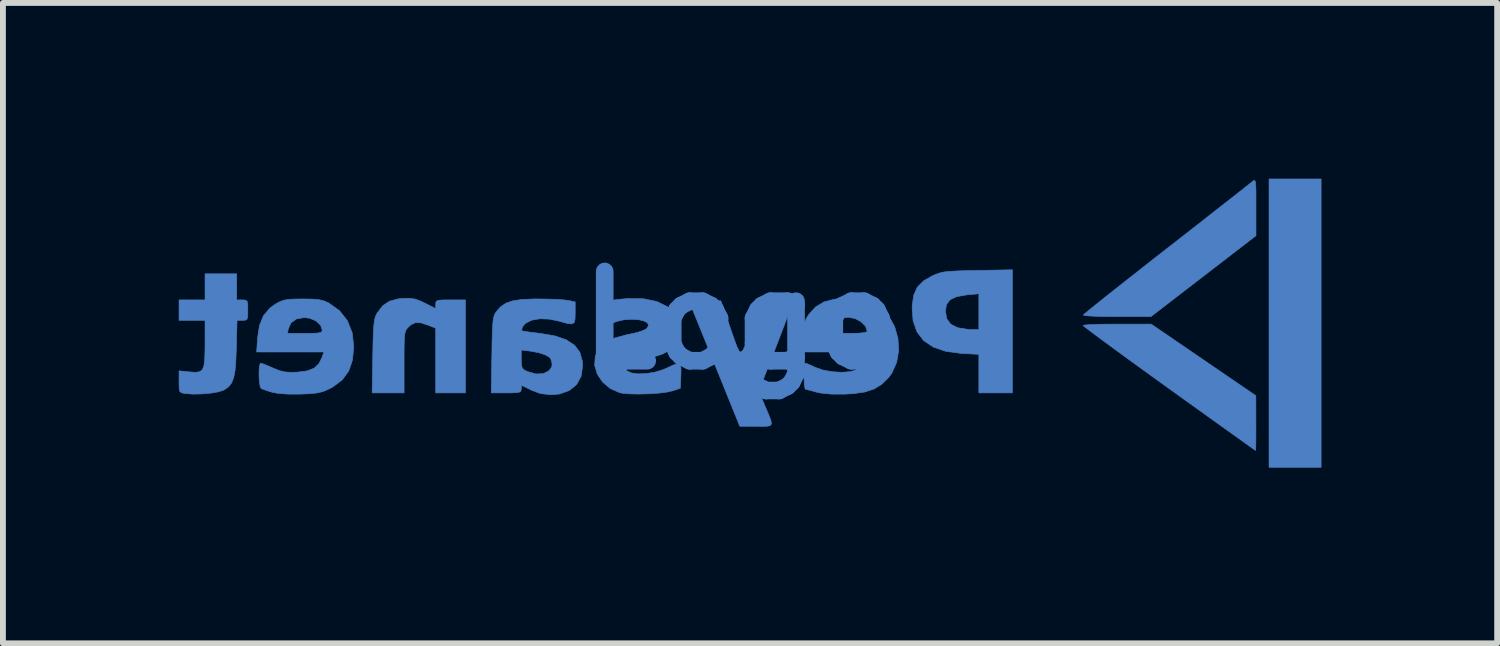
<source format=kicad_pcb>
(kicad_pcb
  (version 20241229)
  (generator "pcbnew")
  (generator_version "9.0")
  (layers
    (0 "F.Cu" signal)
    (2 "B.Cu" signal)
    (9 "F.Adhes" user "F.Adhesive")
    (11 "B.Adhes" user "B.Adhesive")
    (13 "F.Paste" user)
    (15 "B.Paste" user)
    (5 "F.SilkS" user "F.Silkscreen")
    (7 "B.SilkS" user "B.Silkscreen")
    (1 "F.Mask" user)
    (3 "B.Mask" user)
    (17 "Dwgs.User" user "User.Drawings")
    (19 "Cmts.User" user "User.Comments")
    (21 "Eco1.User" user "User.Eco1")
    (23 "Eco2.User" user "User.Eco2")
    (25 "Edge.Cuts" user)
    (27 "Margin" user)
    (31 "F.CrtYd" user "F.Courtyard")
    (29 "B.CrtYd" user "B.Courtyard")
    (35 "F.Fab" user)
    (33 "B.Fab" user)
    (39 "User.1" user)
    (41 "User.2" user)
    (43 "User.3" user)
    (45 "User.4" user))
  (footprint "Logo"
    (layer "B.Cu")
    (at 9.594 2.418)
    (property "Reference" "Logo" (at 0 0 0) (layer "B.Cu") (effects (font (size 1.524 1.524) (thickness 0.3))))
    (attr through_hole)
    (fp_poly (pts (xy 9.906 2.508) (xy 9.017 2.508) (xy 9.017 -2.413) (xy 9.906 -2.413) (xy 9.906 2.508)) (stroke (width 0.01) (type solid)) (fill yes) (layer "B.Cu"))
    (fp_poly (pts (xy 7.898 0.675) (xy 8.792 1.286) (xy 8.793 1.754) (xy 8.793 1.918) (xy 8.792 2.057) (xy 8.791 2.159) (xy 8.788 2.215) (xy 8.787 2.221) (xy 8.76 2.203) (xy 8.687 2.151) (xy 8.571 2.068) (xy 8.418 1.958) (xy 8.231 1.825) (xy 8.016 1.671) (xy 7.777 1.499) (xy 7.518 1.314) (xy 7.311 1.165) (xy 7.041 0.971) (xy 6.787 0.787) (xy 6.554 0.618) (xy 6.346 0.466) (xy 6.168 0.335) (xy 6.024 0.228) (xy 5.919 0.149) (xy 5.857 0.101) (xy 5.843 0.087) (xy 5.873 0.08) (xy 5.956 0.073) (xy 6.083 0.068) (xy 6.244 0.065) (xy 6.424 0.064) (xy 7.005 0.064) (xy 7.898 0.675)) (stroke (width 0.01) (type solid)) (fill yes) (layer "B.Cu"))
    (fp_poly (pts (xy 8.775 -2.386) (xy 8.785 -2.356) (xy 8.791 -2.291) (xy 8.794 -2.183) (xy 8.794 -2.024) (xy 8.794 -1.934) (xy 8.794 -1.445) (xy 7.897 -0.754) (xy 7.001 -0.064) (xy 6.419 -0.064) (xy 6.229 -0.065) (xy 6.068 -0.069) (xy 5.945 -0.075) (xy 5.869 -0.083) (xy 5.847 -0.092) (xy 5.874 -0.116) (xy 5.946 -0.176) (xy 6.059 -0.267) (xy 6.208 -0.387) (xy 6.39 -0.531) (xy 6.599 -0.696) (xy 6.832 -0.879) (xy 7.082 -1.076) (xy 7.271 -1.223) (xy 7.534 -1.428) (xy 7.783 -1.622) (xy 8.013 -1.803) (xy 8.22 -1.965) (xy 8.399 -2.105) (xy 8.545 -2.22) (xy 8.654 -2.306) (xy 8.72 -2.359) (xy 8.739 -2.374) (xy 8.76 -2.389) (xy 8.775 -2.386)) (stroke (width 0.01) (type solid)) (fill yes) (layer "B.Cu"))
    (fp_poly (pts (xy 4.636 1.238) (xy 4.064 1.238) (xy 4.064 0.58) (xy 3.77 0.565) (xy 3.504 0.53) (xy 3.288 0.457) (xy 3.122 0.346) (xy 3.007 0.196) (xy 2.941 0.007) (xy 2.929 -0.16) (xy 3.493 -0.16) (xy 3.515 -0.029) (xy 3.585 0.066) (xy 3.704 0.126) (xy 3.876 0.154) (xy 3.929 0.156) (xy 4.064 0.159) (xy 4.064 -0.454) (xy 3.852 -0.434) (xy 3.686 -0.405) (xy 3.574 -0.353) (xy 3.512 -0.272) (xy 3.493 -0.16) (xy 2.929 -0.16) (xy 2.925 -0.221) (xy 2.926 -0.25) (xy 2.952 -0.43) (xy 3.014 -0.567) (xy 3.12 -0.674) (xy 3.267 -0.758) (xy 3.333 -0.787) (xy 3.395 -0.809) (xy 3.464 -0.825) (xy 3.551 -0.835) (xy 3.667 -0.842) (xy 3.824 -0.848) (xy 4.034 -0.852) (xy 4.04 -0.852) (xy 4.636 -0.863) (xy 4.636 1.238)) (stroke (width 0.01) (type solid)) (fill yes) (layer "B.Cu"))
    (fp_poly (pts (xy -5.547 -0.361) (xy -5.443 -0.319) (xy -5.39 -0.293) (xy -5.207 -0.2) (xy -5.207 -0.275) (xy -5.204 -0.312) (xy -5.185 -0.334) (xy -5.138 -0.345) (xy -5.05 -0.349) (xy -4.953 -0.349) (xy -4.699 -0.349) (xy -4.699 1.238) (xy -5.207 1.238) (xy -5.207 0.134) (xy -5.335 0.083) (xy -5.461 0.042) (xy -5.554 0.039) (xy -5.63 0.076) (xy -5.669 0.11) (xy -5.698 0.141) (xy -5.718 0.174) (xy -5.732 0.219) (xy -5.741 0.288) (xy -5.745 0.39) (xy -5.747 0.536) (xy -5.747 0.713) (xy -5.747 1.238) (xy -6.292 1.238) (xy -6.281 0.611) (xy -6.277 0.392) (xy -6.272 0.227) (xy -6.265 0.105) (xy -6.255 0.018) (xy -6.242 -0.045) (xy -6.224 -0.093) (xy -6.207 -0.124) (xy -6.112 -0.249) (xy -5.997 -0.327) (xy -5.846 -0.367) (xy -5.77 -0.374) (xy -5.645 -0.376) (xy -5.547 -0.361)) (stroke (width 0.01) (type solid)) (fill yes) (layer "B.Cu"))
    (fp_poly (pts (xy -0.616 -0.343) (xy -0.34 -0.333) (xy -0.175 0.141) (xy -0.113 0.32) (xy -0.066 0.447) (xy -0.03 0.522) (xy 0.003 0.543) (xy 0.037 0.51) (xy 0.079 0.421) (xy 0.133 0.276) (xy 0.206 0.073) (xy 0.206 0.071) (xy 0.358 -0.349) (xy 0.623 -0.349) (xy 0.75 -0.346) (xy 0.842 -0.336) (xy 0.887 -0.323) (xy 0.889 -0.318) (xy 0.878 -0.281) (xy 0.847 -0.193) (xy 0.798 -0.063) (xy 0.736 0.101) (xy 0.663 0.292) (xy 0.598 0.461) (xy 0.306 1.209) (xy 0.41 1.454) (xy 0.475 1.605) (xy 0.514 1.706) (xy 0.524 1.767) (xy 0.5 1.798) (xy 0.439 1.809) (xy 0.335 1.81) (xy 0.266 1.809) (xy -0.016 1.809) (xy -0.411 0.833) (xy -0.508 0.594) (xy -0.598 0.37) (xy -0.68 0.169) (xy -0.749 -0.002) (xy -0.803 -0.134) (xy -0.838 -0.221) (xy -0.849 -0.247) (xy -0.891 -0.352) (xy -0.616 -0.343)) (stroke (width 0.01) (type solid)) (fill yes) (layer "B.Cu"))
    (fp_poly (pts (xy -8.604 -0.349) (xy -8.509 -0.349) (xy -8.455 -0.346) (xy -8.426 -0.327) (xy -8.415 -0.276) (xy -8.414 -0.177) (xy -8.414 -0.175) (xy -8.415 -0.075) (xy -8.426 -0.023) (xy -8.454 -0.003) (xy -8.506 0) (xy -8.598 0) (xy -8.61 0.468) (xy -8.618 0.69) (xy -8.632 0.857) (xy -8.656 0.98) (xy -8.691 1.069) (xy -8.742 1.133) (xy -8.81 1.182) (xy -8.831 1.193) (xy -8.919 1.221) (xy -9.049 1.243) (xy -9.201 1.256) (xy -9.352 1.259) (xy -9.483 1.249) (xy -9.485 1.249) (xy -9.543 1.238) (xy -9.574 1.216) (xy -9.586 1.166) (xy -9.588 1.072) (xy -9.588 1.048) (xy -9.588 0.862) (xy -9.409 0.88) (xy -9.311 0.887) (xy -9.24 0.878) (xy -9.193 0.846) (xy -9.164 0.78) (xy -9.15 0.674) (xy -9.145 0.518) (xy -9.144 0.391) (xy -9.144 0) (xy -9.588 0) (xy -9.588 -0.349) (xy -9.144 -0.349) (xy -9.144 -0.794) (xy -8.604 -0.794) (xy -8.604 -0.349)) (stroke (width 0.01) (type solid)) (fill yes) (layer "B.Cu"))
    (fp_poly (pts (xy -7.319 -0.363) (xy -7.207 -0.354) (xy -7.124 -0.336) (xy -7.051 -0.306) (xy -7.033 -0.297) (xy -6.848 -0.164) (xy -6.714 0.006) (xy -6.633 0.21) (xy -6.606 0.445) (xy -6.627 0.676) (xy -6.691 0.864) (xy -6.801 1.015) (xy -6.961 1.135) (xy -7.013 1.164) (xy -7.101 1.204) (xy -7.185 1.23) (xy -7.283 1.246) (xy -7.414 1.255) (xy -7.521 1.259) (xy -7.731 1.259) (xy -7.902 1.246) (xy -8.005 1.226) (xy -8.099 1.196) (xy -8.17 1.17) (xy -8.188 1.161) (xy -8.205 1.123) (xy -8.217 1.044) (xy -8.223 0.947) (xy -8.222 0.849) (xy -8.214 0.771) (xy -8.199 0.732) (xy -8.195 0.73) (xy -8.154 0.743) (xy -8.073 0.775) (xy -7.987 0.813) (xy -7.876 0.858) (xy -7.779 0.881) (xy -7.667 0.887) (xy -7.572 0.884) (xy -7.402 0.863) (xy -7.281 0.816) (xy -7.198 0.736) (xy -7.147 0.631) (xy -7.115 0.54) (xy -8.263 0.54) (xy -8.248 0.307) (xy -8.236 0.222) (xy -7.738 0.222) (xy -7.441 0.222) (xy -7.301 0.221) (xy -7.214 0.216) (xy -7.166 0.205) (xy -7.147 0.185) (xy -7.144 0.164) (xy -7.173 0.082) (xy -7.248 0.011) (xy -7.354 -0.035) (xy -7.445 -0.048) (xy -7.581 -0.025) (xy -7.676 0.042) (xy -7.723 0.145) (xy -7.738 0.222) (xy -8.236 0.222) (xy -8.216 0.091) (xy -8.147 -0.08) (xy -8.036 -0.211) (xy -7.938 -0.281) (xy -7.865 -0.32) (xy -7.796 -0.345) (xy -7.713 -0.359) (xy -7.599 -0.364) (xy -7.477 -0.365) (xy -7.319 -0.363)) (stroke (width 0.01) (type solid)) (fill yes) (layer "B.Cu"))
    (fp_poly (pts (xy -1.663 -0.369) (xy -1.436 -0.323) (xy -1.252 -0.233) (xy -1.184 -0.178) (xy -1.114 -0.106) (xy -1.077 -0.034) (xy -1.058 0.066) (xy -1.055 0.101) (xy -1.059 0.264) (xy -1.104 0.394) (xy -1.194 0.497) (xy -1.336 0.576) (xy -1.533 0.638) (xy -1.607 0.654) (xy -1.768 0.69) (xy -1.875 0.722) (xy -1.938 0.754) (xy -1.965 0.79) (xy -1.968 0.812) (xy -1.94 0.864) (xy -1.864 0.898) (xy -1.752 0.913) (xy -1.618 0.909) (xy -1.473 0.886) (xy -1.331 0.844) (xy -1.257 0.812) (xy -1.139 0.757) (xy -1.067 0.737) (xy -1.031 0.757) (xy -1.02 0.823) (xy -1.022 0.943) (xy -1.022 0.945) (xy -1.032 1.159) (xy -1.159 1.202) (xy -1.26 1.225) (xy -1.405 1.243) (xy -1.573 1.254) (xy -1.746 1.258) (xy -1.903 1.255) (xy -2.027 1.243) (xy -2.069 1.234) (xy -2.229 1.163) (xy -2.359 1.053) (xy -2.449 0.918) (xy -2.494 0.768) (xy -2.484 0.617) (xy -2.481 0.606) (xy -2.438 0.501) (xy -2.373 0.419) (xy -2.278 0.353) (xy -2.142 0.298) (xy -1.958 0.249) (xy -1.834 0.222) (xy -1.725 0.194) (xy -1.637 0.16) (xy -1.601 0.136) (xy -1.573 0.083) (xy -1.597 0.039) (xy -1.662 0.007) (xy -1.757 -0.013) (xy -1.872 -0.018) (xy -1.995 -0.009) (xy -2.116 0.018) (xy -2.213 0.057) (xy -2.325 0.111) (xy -2.394 0.125) (xy -2.43 0.093) (xy -2.443 0.01) (xy -2.445 -0.078) (xy -2.445 -0.283) (xy -2.326 -0.318) (xy -2.237 -0.337) (xy -2.11 -0.355) (xy -1.967 -0.369) (xy -1.935 -0.371) (xy -1.663 -0.369)) (stroke (width 0.01) (type solid)) (fill yes) (layer "B.Cu"))
    (fp_poly (pts (xy 1.966 -0.374) (xy 2.144 -0.341) (xy 2.299 -0.273) (xy 2.388 -0.213) (xy 2.528 -0.07) (xy 2.627 0.108) (xy 2.683 0.308) (xy 2.695 0.515) (xy 2.661 0.718) (xy 2.579 0.9) (xy 2.522 0.978) (xy 2.406 1.091) (xy 2.274 1.172) (xy 2.114 1.224) (xy 1.913 1.252) (xy 1.778 1.259) (xy 1.544 1.259) (xy 1.365 1.241) (xy 1.286 1.224) (xy 1.191 1.197) (xy 1.123 1.18) (xy 1.103 1.176) (xy 1.092 1.147) (xy 1.084 1.074) (xy 1.08 0.978) (xy 1.081 0.876) (xy 1.086 0.79) (xy 1.095 0.737) (xy 1.101 0.73) (xy 1.14 0.743) (xy 1.215 0.776) (xy 1.268 0.801) (xy 1.401 0.848) (xy 1.561 0.877) (xy 1.724 0.887) (xy 1.866 0.876) (xy 1.938 0.857) (xy 2.036 0.796) (xy 2.114 0.712) (xy 2.156 0.624) (xy 2.159 0.599) (xy 2.155 0.578) (xy 2.138 0.562) (xy 2.1 0.552) (xy 2.031 0.545) (xy 1.922 0.541) (xy 1.766 0.54) (xy 1.599 0.54) (xy 1.04 0.54) (xy 1.054 0.285) (xy 1.063 0.179) (xy 1.556 0.179) (xy 1.57 0.2) (xy 1.62 0.213) (xy 1.715 0.22) (xy 1.857 0.222) (xy 2.012 0.219) (xy 2.113 0.209) (xy 2.157 0.193) (xy 2.159 0.188) (xy 2.13 0.101) (xy 2.055 0.025) (xy 1.952 -0.03) (xy 1.838 -0.053) (xy 1.775 -0.047) (xy 1.692 -0.008) (xy 1.615 0.061) (xy 1.565 0.139) (xy 1.556 0.179) (xy 1.063 0.179) (xy 1.066 0.145) (xy 1.085 0.047) (xy 1.117 -0.031) (xy 1.162 -0.102) (xy 1.277 -0.229) (xy 1.419 -0.314) (xy 1.599 -0.362) (xy 1.747 -0.376) (xy 1.966 -0.374)) (stroke (width 0.01) (type solid)) (fill yes) (layer "B.Cu"))
    (fp_poly (pts (xy -3.296 -0.363) (xy -3.143 -0.358) (xy -3.02 -0.349) (xy -2.945 -0.34) (xy -2.826 -0.315) (xy -2.826 -0.126) (xy -2.829 -0.021) (xy -2.845 0.04) (xy -2.886 0.062) (xy -2.964 0.052) (xy -3.091 0.016) (xy -3.093 0.016) (xy -3.267 -0.021) (xy -3.431 -0.027) (xy -3.572 -0.002) (xy -3.675 0.051) (xy -3.718 0.101) (xy -3.74 0.155) (xy -3.74 0.176) (xy -3.705 0.185) (xy -3.621 0.198) (xy -3.504 0.213) (xy -3.427 0.222) (xy -3.175 0.265) (xy -2.98 0.331) (xy -2.838 0.424) (xy -2.747 0.544) (xy -2.704 0.696) (xy -2.699 0.778) (xy -2.725 0.955) (xy -2.803 1.097) (xy -2.927 1.198) (xy -3.093 1.257) (xy -3.241 1.27) (xy -3.423 1.249) (xy -3.574 1.191) (xy -3.662 1.147) (xy -3.722 1.118) (xy -3.739 1.111) (xy -3.745 1.138) (xy -3.747 1.175) (xy -3.752 1.206) (xy -3.776 1.225) (xy -3.832 1.235) (xy -3.933 1.238) (xy -4.002 1.238) (xy -4.258 1.238) (xy -4.25 0.667) (xy -3.747 0.667) (xy -3.743 0.764) (xy -3.727 0.819) (xy -3.686 0.853) (xy -3.643 0.873) (xy -3.498 0.915) (xy -3.37 0.91) (xy -3.272 0.859) (xy -3.268 0.855) (xy -3.226 0.793) (xy -3.22 0.741) (xy -3.237 0.682) (xy -3.239 0.665) (xy -3.268 0.626) (xy -3.345 0.586) (xy -3.454 0.551) (xy -3.58 0.527) (xy -3.747 0.506) (xy -3.747 0.667) (xy -4.25 0.667) (xy -4.248 0.59) (xy -4.245 0.369) (xy -4.24 0.202) (xy -4.234 0.08) (xy -4.226 -0.006) (xy -4.214 -0.066) (xy -4.198 -0.109) (xy -4.176 -0.144) (xy -4.173 -0.149) (xy -4.098 -0.233) (xy -4.008 -0.293) (xy -3.893 -0.333) (xy -3.74 -0.356) (xy -3.539 -0.365) (xy -3.461 -0.365) (xy -3.296 -0.363)) (stroke (width 0.01) (type solid)) (fill yes) (layer "B.Cu")))
  (gr_rect
    (start -3 -3)
    (end 22.505 7.931)
    (stroke (width 0.1) (type default))
    (fill no)
    (layer "Edge.Cuts")))
</source>
